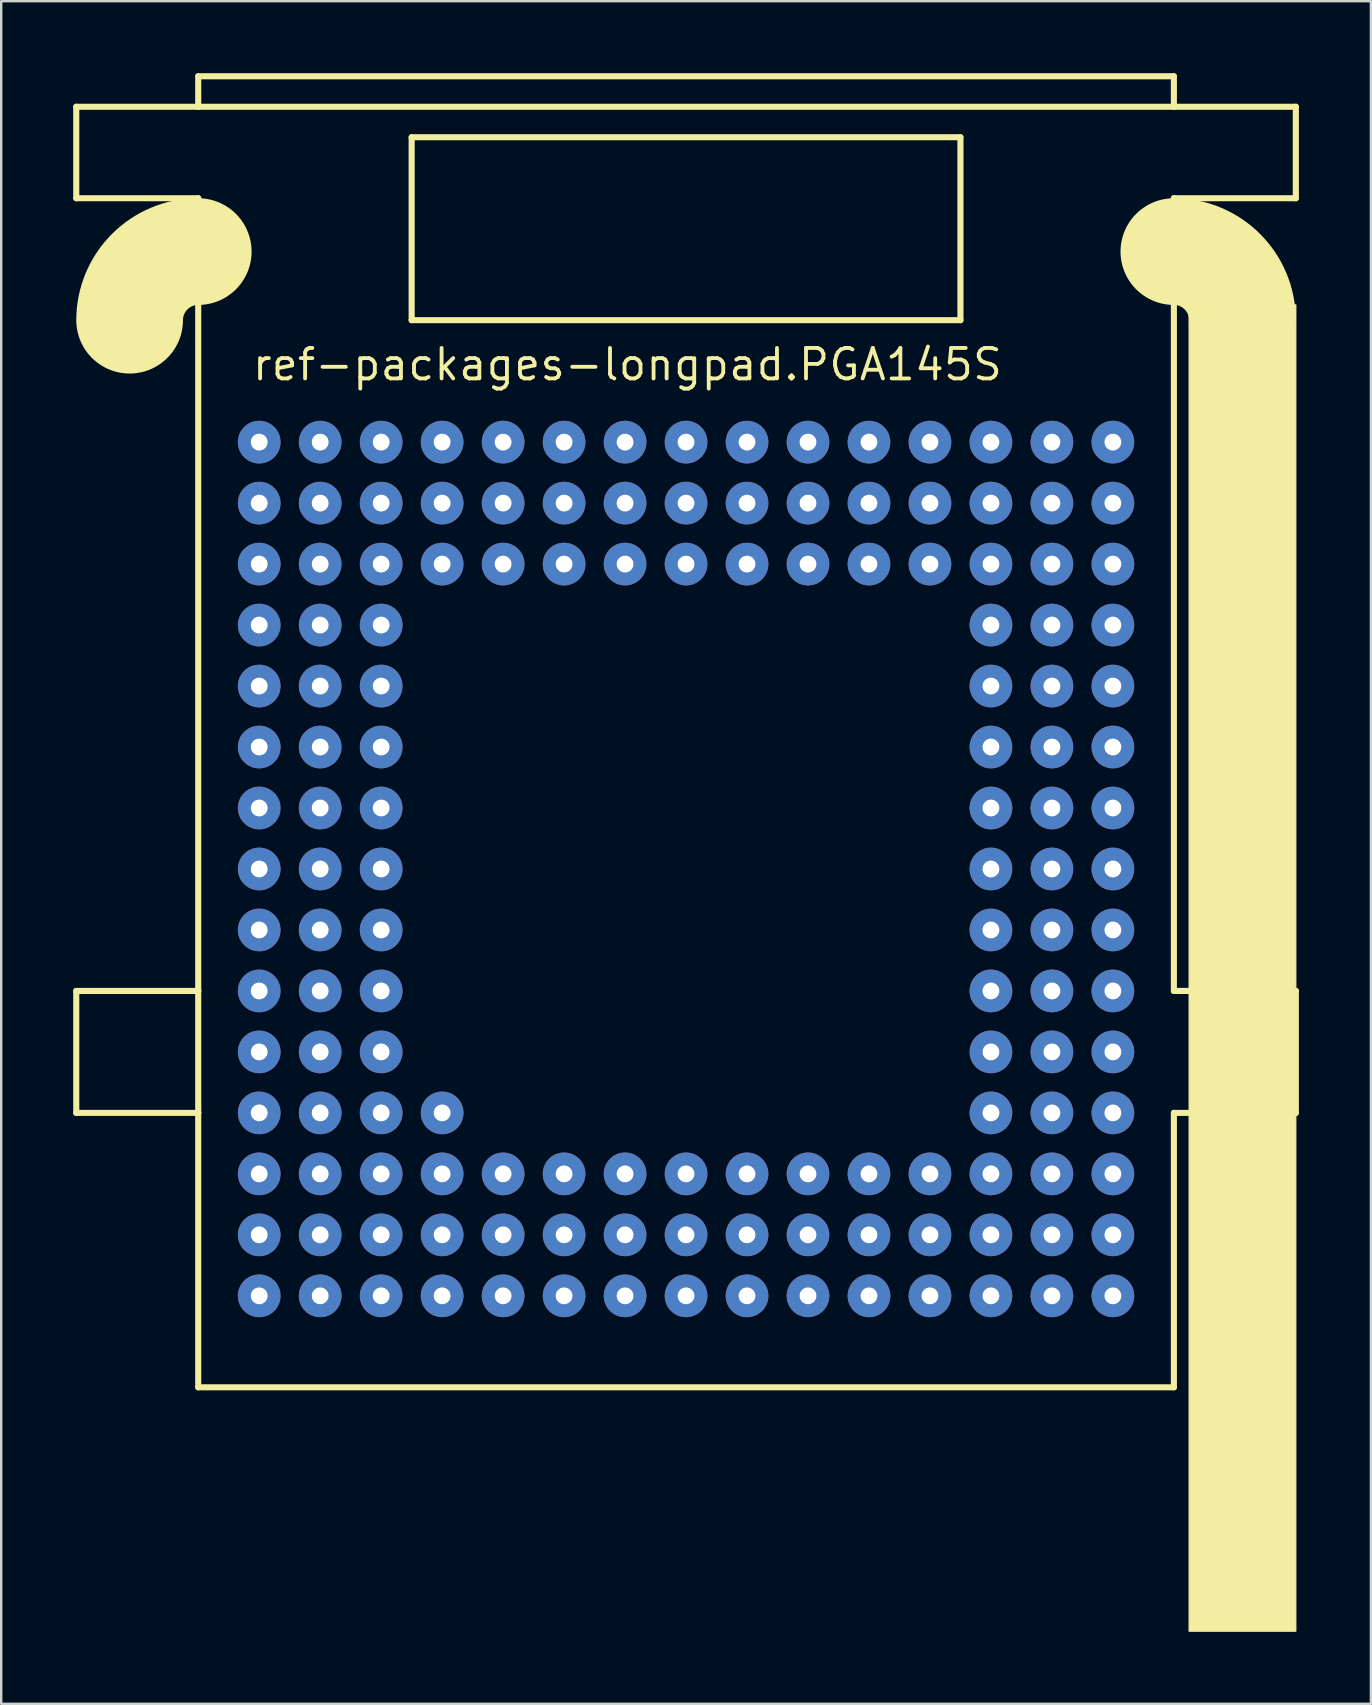
<source format=kicad_pcb>
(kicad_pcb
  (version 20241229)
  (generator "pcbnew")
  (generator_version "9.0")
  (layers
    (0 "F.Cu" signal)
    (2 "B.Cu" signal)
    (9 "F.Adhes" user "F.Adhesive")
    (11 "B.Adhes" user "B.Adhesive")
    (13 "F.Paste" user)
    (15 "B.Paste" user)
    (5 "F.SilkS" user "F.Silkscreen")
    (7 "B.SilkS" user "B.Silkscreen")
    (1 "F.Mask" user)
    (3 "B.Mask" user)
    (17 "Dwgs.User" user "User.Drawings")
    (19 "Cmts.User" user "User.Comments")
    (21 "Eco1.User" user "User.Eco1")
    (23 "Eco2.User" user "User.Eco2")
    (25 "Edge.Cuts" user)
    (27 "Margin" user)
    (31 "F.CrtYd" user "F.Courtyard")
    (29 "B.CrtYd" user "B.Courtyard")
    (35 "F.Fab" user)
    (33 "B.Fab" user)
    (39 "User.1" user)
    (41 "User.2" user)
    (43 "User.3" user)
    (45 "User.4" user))
  (footprint "ref-packages-longpad.PGA145S"
    (layer "F.Cu")
    (at 25.527 33.147)
    (property "Reference" "ref-packages-longpad.PGA145S" (at -18.15 -20.27 0) (layer "F.SilkS") (effects (font (size 1.27 1.27) (thickness 0.16)) (justify left bottom)))
    (attr through_hole)
    (fp_line (start -25.4 -31.75) (end -25.4 -27.94) (stroke (width 0.254) (type default)) (layer "F.SilkS"))
    (fp_line (start -25.4 -27.94) (end -20.32 -27.94) (stroke (width 0.254) (type default)) (layer "F.SilkS"))
    (fp_line (start -25.4 5.08) (end -25.4 10.16) (stroke (width 0.254) (type default)) (layer "F.SilkS"))
    (fp_line (start -25.4 5.08) (end -20.32 5.08) (stroke (width 0.254) (type default)) (layer "F.SilkS"))
    (fp_line (start -20.32 -33.02) (end 20.32 -33.02) (stroke (width 0.254) (type default)) (layer "F.SilkS"))
    (fp_line (start -20.32 -31.75) (end -25.4 -31.75) (stroke (width 0.254) (type default)) (layer "F.SilkS"))
    (fp_line (start -20.32 -31.75) (end -20.32 -33.02) (stroke (width 0.254) (type default)) (layer "F.SilkS"))
    (fp_line (start -20.32 -27.94) (end -20.32 -25.718) (stroke (width 0.254) (type default)) (layer "F.SilkS"))
    (fp_line (start -20.32 -25.718) (end -20.32 5.08) (stroke (width 0.254) (type default)) (layer "F.SilkS"))
    (fp_line (start -20.32 5.08) (end -20.32 10.16) (stroke (width 0.254) (type default)) (layer "F.SilkS"))
    (fp_line (start -20.32 10.16) (end -25.4 10.16) (stroke (width 0.254) (type default)) (layer "F.SilkS"))
    (fp_line (start -20.32 10.16) (end -20.32 21.59) (stroke (width 0.254) (type default)) (layer "F.SilkS"))
    (fp_line (start -20.32 21.59) (end 20.32 21.59) (stroke (width 0.254) (type default)) (layer "F.SilkS"))
    (fp_line (start -11.43 -30.48) (end -11.43 -22.86) (stroke (width 0.254) (type default)) (layer "F.SilkS"))
    (fp_line (start -11.43 -22.86) (end 11.43 -22.86) (stroke (width 0.254) (type default)) (layer "F.SilkS"))
    (fp_line (start 11.43 -30.48) (end -11.43 -30.48) (stroke (width 0.254) (type default)) (layer "F.SilkS"))
    (fp_line (start 11.43 -22.86) (end 11.43 -30.48) (stroke (width 0.254) (type default)) (layer "F.SilkS"))
    (fp_line (start 20.32 -33.02) (end 20.32 -31.75) (stroke (width 0.254) (type default)) (layer "F.SilkS"))
    (fp_line (start 20.32 -31.75) (end -20.32 -31.75) (stroke (width 0.254) (type default)) (layer "F.SilkS"))
    (fp_line (start 20.32 -27.94) (end 25.4 -27.94) (stroke (width 0.254) (type default)) (layer "F.SilkS"))
    (fp_line (start 20.32 -25.718) (end 20.32 -27.94) (stroke (width 0.254) (type default)) (layer "F.SilkS"))
    (fp_line (start 20.32 5.08) (end 20.32 -25.718) (stroke (width 0.254) (type default)) (layer "F.SilkS"))
    (fp_line (start 20.32 10.16) (end 25.4 10.16) (stroke (width 0.254) (type default)) (layer "F.SilkS"))
    (fp_line (start 20.32 21.59) (end 20.32 10.16) (stroke (width 0.254) (type default)) (layer "F.SilkS"))
    (fp_line (start 25.4 -31.75) (end 20.32 -31.75) (stroke (width 0.254) (type default)) (layer "F.SilkS"))
    (fp_line (start 25.4 -31.75) (end 25.4 -27.94) (stroke (width 0.254) (type default)) (layer "F.SilkS"))
    (fp_line (start 25.4 5.08) (end 20.32 5.08) (stroke (width 0.254) (type default)) (layer "F.SilkS"))
    (fp_line (start 25.4 5.08) (end 25.4 10.16) (stroke (width 0.254) (type default)) (layer "F.SilkS"))
    (fp_rect (start 20.955 31.75) (end 25.4 -23.495) (stroke (width 0.05) (type default)) (fill yes) (layer "F.SilkS"))
    (fp_arc (start -23.1775 -22.86) (mid -22.340558 -24.880558) (end -20.32 -25.7175) (stroke (width 4.445) (type default)) (layer "F.SilkS"))
    (fp_arc (start 20.32 -25.7175) (mid 22.340558 -24.880558) (end 23.1775 -22.86) (stroke (width 4.445) (type default)) (layer "F.SilkS"))
    (pad "A1" thru_hole circle (at -17.78 -17.78) (size 1.778 1.778) (drill 0.7) (layers "*.Cu" "*.Mask"))
    (pad "A2" thru_hole circle (at -15.24 -17.78) (size 1.778 1.778) (drill 0.7) (layers "*.Cu" "*.Mask"))
    (pad "A3" thru_hole circle (at -12.7 -17.78) (size 1.778 1.778) (drill 0.7) (layers "*.Cu" "*.Mask"))
    (pad "A4" thru_hole circle (at -10.16 -17.78) (size 1.778 1.778) (drill 0.7) (layers "*.Cu" "*.Mask"))
    (pad "A5" thru_hole circle (at -7.62 -17.78) (size 1.778 1.778) (drill 0.7) (layers "*.Cu" "*.Mask"))
    (pad "A6" thru_hole circle (at -5.08 -17.78) (size 1.778 1.778) (drill 0.7) (layers "*.Cu" "*.Mask"))
    (pad "A7" thru_hole circle (at -2.54 -17.78) (size 1.778 1.778) (drill 0.7) (layers "*.Cu" "*.Mask"))
    (pad "A8" thru_hole circle (at 0 -17.78) (size 1.778 1.778) (drill 0.7) (layers "*.Cu" "*.Mask"))
    (pad "A9" thru_hole circle (at 2.54 -17.78) (size 1.778 1.778) (drill 0.7) (layers "*.Cu" "*.Mask"))
    (pad "A10" thru_hole circle (at 5.08 -17.78) (size 1.778 1.778) (drill 0.7) (layers "*.Cu" "*.Mask"))
    (pad "A11" thru_hole circle (at 7.62 -17.78) (size 1.778 1.778) (drill 0.7) (layers "*.Cu" "*.Mask"))
    (pad "A12" thru_hole circle (at 10.16 -17.78) (size 1.778 1.778) (drill 0.7) (layers "*.Cu" "*.Mask"))
    (pad "A13" thru_hole circle (at 12.7 -17.78) (size 1.778 1.778) (drill 0.7) (layers "*.Cu" "*.Mask"))
    (pad "A14" thru_hole circle (at 15.24 -17.78) (size 1.778 1.778) (drill 0.7) (layers "*.Cu" "*.Mask"))
    (pad "A15" thru_hole circle (at 17.78 -17.78) (size 1.778 1.778) (drill 0.7) (layers "*.Cu" "*.Mask"))
    (pad "B1" thru_hole circle (at -17.78 -15.24) (size 1.778 1.778) (drill 0.7) (layers "*.Cu" "*.Mask"))
    (pad "B2" thru_hole circle (at -15.24 -15.24) (size 1.778 1.778) (drill 0.7) (layers "*.Cu" "*.Mask"))
    (pad "B3" thru_hole circle (at -12.7 -15.24) (size 1.778 1.778) (drill 0.7) (layers "*.Cu" "*.Mask"))
    (pad "B4" thru_hole circle (at -10.16 -15.24) (size 1.778 1.778) (drill 0.7) (layers "*.Cu" "*.Mask"))
    (pad "B5" thru_hole circle (at -7.62 -15.24) (size 1.778 1.778) (drill 0.7) (layers "*.Cu" "*.Mask"))
    (pad "B6" thru_hole circle (at -5.08 -15.24) (size 1.778 1.778) (drill 0.7) (layers "*.Cu" "*.Mask"))
    (pad "B7" thru_hole circle (at -2.54 -15.24) (size 1.778 1.778) (drill 0.7) (layers "*.Cu" "*.Mask"))
    (pad "B8" thru_hole circle (at 0 -15.24) (size 1.778 1.778) (drill 0.7) (layers "*.Cu" "*.Mask"))
    (pad "B9" thru_hole circle (at 2.54 -15.24) (size 1.778 1.778) (drill 0.7) (layers "*.Cu" "*.Mask"))
    (pad "B10" thru_hole circle (at 5.08 -15.24) (size 1.778 1.778) (drill 0.7) (layers "*.Cu" "*.Mask"))
    (pad "B11" thru_hole circle (at 7.62 -15.24) (size 1.778 1.778) (drill 0.7) (layers "*.Cu" "*.Mask"))
    (pad "B12" thru_hole circle (at 10.16 -15.24) (size 1.778 1.778) (drill 0.7) (layers "*.Cu" "*.Mask"))
    (pad "B13" thru_hole circle (at 12.7 -15.24) (size 1.778 1.778) (drill 0.7) (layers "*.Cu" "*.Mask"))
    (pad "B14" thru_hole circle (at 15.24 -15.24) (size 1.778 1.778) (drill 0.7) (layers "*.Cu" "*.Mask"))
    (pad "B15" thru_hole circle (at 17.78 -15.24) (size 1.778 1.778) (drill 0.7) (layers "*.Cu" "*.Mask"))
    (pad "C1" thru_hole circle (at -17.78 -12.7) (size 1.778 1.778) (drill 0.7) (layers "*.Cu" "*.Mask"))
    (pad "C2" thru_hole circle (at -15.24 -12.7) (size 1.778 1.778) (drill 0.7) (layers "*.Cu" "*.Mask"))
    (pad "C3" thru_hole circle (at -12.7 -12.7) (size 1.778 1.778) (drill 0.7) (layers "*.Cu" "*.Mask"))
    (pad "C4" thru_hole circle (at -10.16 -12.7) (size 1.778 1.778) (drill 0.7) (layers "*.Cu" "*.Mask"))
    (pad "C5" thru_hole circle (at -7.62 -12.7) (size 1.778 1.778) (drill 0.7) (layers "*.Cu" "*.Mask"))
    (pad "C6" thru_hole circle (at -5.08 -12.7) (size 1.778 1.778) (drill 0.7) (layers "*.Cu" "*.Mask"))
    (pad "C7" thru_hole circle (at -2.54 -12.7) (size 1.778 1.778) (drill 0.7) (layers "*.Cu" "*.Mask"))
    (pad "C8" thru_hole circle (at 0 -12.7) (size 1.778 1.778) (drill 0.7) (layers "*.Cu" "*.Mask"))
    (pad "C9" thru_hole circle (at 2.54 -12.7) (size 1.778 1.778) (drill 0.7) (layers "*.Cu" "*.Mask"))
    (pad "C10" thru_hole circle (at 5.08 -12.7) (size 1.778 1.778) (drill 0.7) (layers "*.Cu" "*.Mask"))
    (pad "C11" thru_hole circle (at 7.62 -12.7) (size 1.778 1.778) (drill 0.7) (layers "*.Cu" "*.Mask"))
    (pad "C12" thru_hole circle (at 10.16 -12.7) (size 1.778 1.778) (drill 0.7) (layers "*.Cu" "*.Mask"))
    (pad "C13" thru_hole circle (at 12.7 -12.7) (size 1.778 1.778) (drill 0.7) (layers "*.Cu" "*.Mask"))
    (pad "C14" thru_hole circle (at 15.24 -12.7) (size 1.778 1.778) (drill 0.7) (layers "*.Cu" "*.Mask"))
    (pad "C15" thru_hole circle (at 17.78 -12.7) (size 1.778 1.778) (drill 0.7) (layers "*.Cu" "*.Mask"))
    (pad "D1" thru_hole circle (at -17.78 -10.16) (size 1.778 1.778) (drill 0.7) (layers "*.Cu" "*.Mask"))
    (pad "D2" thru_hole circle (at -15.24 -10.16) (size 1.778 1.778) (drill 0.7) (layers "*.Cu" "*.Mask"))
    (pad "D3" thru_hole circle (at -12.7 -10.16) (size 1.778 1.778) (drill 0.7) (layers "*.Cu" "*.Mask"))
    (pad "D13" thru_hole circle (at 12.7 -10.16) (size 1.778 1.778) (drill 0.7) (layers "*.Cu" "*.Mask"))
    (pad "D14" thru_hole circle (at 15.24 -10.16) (size 1.778 1.778) (drill 0.7) (layers "*.Cu" "*.Mask"))
    (pad "D15" thru_hole circle (at 17.78 -10.16) (size 1.778 1.778) (drill 0.7) (layers "*.Cu" "*.Mask"))
    (pad "E1" thru_hole circle (at -17.78 -7.62) (size 1.778 1.778) (drill 0.7) (layers "*.Cu" "*.Mask"))
    (pad "E2" thru_hole circle (at -15.24 -7.62) (size 1.778 1.778) (drill 0.7) (layers "*.Cu" "*.Mask"))
    (pad "E3" thru_hole circle (at -12.7 -7.62) (size 1.778 1.778) (drill 0.7) (layers "*.Cu" "*.Mask"))
    (pad "E13" thru_hole circle (at 12.7 -7.62) (size 1.778 1.778) (drill 0.7) (layers "*.Cu" "*.Mask"))
    (pad "E14" thru_hole circle (at 15.24 -7.62) (size 1.778 1.778) (drill 0.7) (layers "*.Cu" "*.Mask"))
    (pad "E15" thru_hole circle (at 17.78 -7.62) (size 1.778 1.778) (drill 0.7) (layers "*.Cu" "*.Mask"))
    (pad "F1" thru_hole circle (at -17.78 -5.08) (size 1.778 1.778) (drill 0.7) (layers "*.Cu" "*.Mask"))
    (pad "F2" thru_hole circle (at -15.24 -5.08) (size 1.778 1.778) (drill 0.7) (layers "*.Cu" "*.Mask"))
    (pad "F3" thru_hole circle (at -12.7 -5.08) (size 1.778 1.778) (drill 0.7) (layers "*.Cu" "*.Mask"))
    (pad "F13" thru_hole circle (at 12.7 -5.08) (size 1.778 1.778) (drill 0.7) (layers "*.Cu" "*.Mask"))
    (pad "F14" thru_hole circle (at 15.24 -5.08) (size 1.778 1.778) (drill 0.7) (layers "*.Cu" "*.Mask"))
    (pad "F15" thru_hole circle (at 17.78 -5.08) (size 1.778 1.778) (drill 0.7) (layers "*.Cu" "*.Mask"))
    (pad "G1" thru_hole circle (at -17.78 -2.54) (size 1.778 1.778) (drill 0.7) (layers "*.Cu" "*.Mask"))
    (pad "G2" thru_hole circle (at -15.24 -2.54) (size 1.778 1.778) (drill 0.7) (layers "*.Cu" "*.Mask"))
    (pad "G3" thru_hole circle (at -12.7 -2.54) (size 1.778 1.778) (drill 0.7) (layers "*.Cu" "*.Mask"))
    (pad "G13" thru_hole circle (at 12.7 -2.54) (size 1.778 1.778) (drill 0.7) (layers "*.Cu" "*.Mask"))
    (pad "G14" thru_hole circle (at 15.24 -2.54) (size 1.778 1.778) (drill 0.7) (layers "*.Cu" "*.Mask"))
    (pad "G15" thru_hole circle (at 17.78 -2.54) (size 1.778 1.778) (drill 0.7) (layers "*.Cu" "*.Mask"))
    (pad "H1" thru_hole circle (at -17.78 0) (size 1.778 1.778) (drill 0.7) (layers "*.Cu" "*.Mask"))
    (pad "H2" thru_hole circle (at -15.24 0) (size 1.778 1.778) (drill 0.7) (layers "*.Cu" "*.Mask"))
    (pad "H3" thru_hole circle (at -12.7 0) (size 1.778 1.778) (drill 0.7) (layers "*.Cu" "*.Mask"))
    (pad "H13" thru_hole circle (at 12.7 0) (size 1.778 1.778) (drill 0.7) (layers "*.Cu" "*.Mask"))
    (pad "H14" thru_hole circle (at 15.24 0) (size 1.778 1.778) (drill 0.7) (layers "*.Cu" "*.Mask"))
    (pad "H15" thru_hole circle (at 17.78 0) (size 1.778 1.778) (drill 0.7) (layers "*.Cu" "*.Mask"))
    (pad "J1" thru_hole circle (at -17.78 2.54) (size 1.778 1.778) (drill 0.7) (layers "*.Cu" "*.Mask"))
    (pad "J2" thru_hole circle (at -15.24 2.54) (size 1.778 1.778) (drill 0.7) (layers "*.Cu" "*.Mask"))
    (pad "J3" thru_hole circle (at -12.7 2.54) (size 1.778 1.778) (drill 0.7) (layers "*.Cu" "*.Mask"))
    (pad "J13" thru_hole circle (at 12.7 2.54) (size 1.778 1.778) (drill 0.7) (layers "*.Cu" "*.Mask"))
    (pad "J14" thru_hole circle (at 15.24 2.54) (size 1.778 1.778) (drill 0.7) (layers "*.Cu" "*.Mask"))
    (pad "J15" thru_hole circle (at 17.78 2.54) (size 1.778 1.778) (drill 0.7) (layers "*.Cu" "*.Mask"))
    (pad "K1" thru_hole circle (at -17.78 5.08) (size 1.778 1.778) (drill 0.7) (layers "*.Cu" "*.Mask"))
    (pad "K2" thru_hole circle (at -15.24 5.08) (size 1.778 1.778) (drill 0.7) (layers "*.Cu" "*.Mask"))
    (pad "K3" thru_hole circle (at -12.7 5.08) (size 1.778 1.778) (drill 0.7) (layers "*.Cu" "*.Mask"))
    (pad "K13" thru_hole circle (at 12.7 5.08) (size 1.778 1.778) (drill 0.7) (layers "*.Cu" "*.Mask"))
    (pad "K14" thru_hole circle (at 15.24 5.08) (size 1.778 1.778) (drill 0.7) (layers "*.Cu" "*.Mask"))
    (pad "K15" thru_hole circle (at 17.78 5.08) (size 1.778 1.778) (drill 0.7) (layers "*.Cu" "*.Mask"))
    (pad "L1" thru_hole circle (at -17.78 7.62) (size 1.778 1.778) (drill 0.7) (layers "*.Cu" "*.Mask"))
    (pad "L2" thru_hole circle (at -15.24 7.62) (size 1.778 1.778) (drill 0.7) (layers "*.Cu" "*.Mask"))
    (pad "L3" thru_hole circle (at -12.7 7.62) (size 1.778 1.778) (drill 0.7) (layers "*.Cu" "*.Mask"))
    (pad "L13" thru_hole circle (at 12.7 7.62) (size 1.778 1.778) (drill 0.7) (layers "*.Cu" "*.Mask"))
    (pad "L14" thru_hole circle (at 15.24 7.62) (size 1.778 1.778) (drill 0.7) (layers "*.Cu" "*.Mask"))
    (pad "L15" thru_hole circle (at 17.78 7.62) (size 1.778 1.778) (drill 0.7) (layers "*.Cu" "*.Mask"))
    (pad "M1" thru_hole circle (at -17.78 10.16) (size 1.778 1.778) (drill 0.7) (layers "*.Cu" "*.Mask"))
    (pad "M2" thru_hole circle (at -15.24 10.16) (size 1.778 1.778) (drill 0.7) (layers "*.Cu" "*.Mask"))
    (pad "M3" thru_hole circle (at -12.7 10.16) (size 1.778 1.778) (drill 0.7) (layers "*.Cu" "*.Mask"))
    (pad "M4" thru_hole circle (at -10.16 10.16) (size 1.778 1.778) (drill 0.7) (layers "*.Cu" "*.Mask"))
    (pad "M13" thru_hole circle (at 12.7 10.16) (size 1.778 1.778) (drill 0.7) (layers "*.Cu" "*.Mask"))
    (pad "M14" thru_hole circle (at 15.24 10.16) (size 1.778 1.778) (drill 0.7) (layers "*.Cu" "*.Mask"))
    (pad "M15" thru_hole circle (at 17.78 10.16) (size 1.778 1.778) (drill 0.7) (layers "*.Cu" "*.Mask"))
    (pad "N1" thru_hole circle (at -17.78 12.7) (size 1.778 1.778) (drill 0.7) (layers "*.Cu" "*.Mask"))
    (pad "N2" thru_hole circle (at -15.24 12.7) (size 1.778 1.778) (drill 0.7) (layers "*.Cu" "*.Mask"))
    (pad "N3" thru_hole circle (at -12.7 12.7) (size 1.778 1.778) (drill 0.7) (layers "*.Cu" "*.Mask"))
    (pad "N4" thru_hole circle (at -10.16 12.7) (size 1.778 1.778) (drill 0.7) (layers "*.Cu" "*.Mask"))
    (pad "N5" thru_hole circle (at -7.62 12.7) (size 1.778 1.778) (drill 0.7) (layers "*.Cu" "*.Mask"))
    (pad "N6" thru_hole circle (at -5.08 12.7) (size 1.778 1.778) (drill 0.7) (layers "*.Cu" "*.Mask"))
    (pad "N7" thru_hole circle (at -2.54 12.7) (size 1.778 1.778) (drill 0.7) (layers "*.Cu" "*.Mask"))
    (pad "N8" thru_hole circle (at 0 12.7) (size 1.778 1.778) (drill 0.7) (layers "*.Cu" "*.Mask"))
    (pad "N9" thru_hole circle (at 2.54 12.7) (size 1.778 1.778) (drill 0.7) (layers "*.Cu" "*.Mask"))
    (pad "N10" thru_hole circle (at 5.08 12.7) (size 1.778 1.778) (drill 0.7) (layers "*.Cu" "*.Mask"))
    (pad "N11" thru_hole circle (at 7.62 12.7) (size 1.778 1.778) (drill 0.7) (layers "*.Cu" "*.Mask"))
    (pad "N12" thru_hole circle (at 10.16 12.7) (size 1.778 1.778) (drill 0.7) (layers "*.Cu" "*.Mask"))
    (pad "N13" thru_hole circle (at 12.7 12.7) (size 1.778 1.778) (drill 0.7) (layers "*.Cu" "*.Mask"))
    (pad "N14" thru_hole circle (at 15.24 12.7) (size 1.778 1.778) (drill 0.7) (layers "*.Cu" "*.Mask"))
    (pad "N15" thru_hole circle (at 17.78 12.7) (size 1.778 1.778) (drill 0.7) (layers "*.Cu" "*.Mask"))
    (pad "P1" thru_hole circle (at -17.78 15.24) (size 1.778 1.778) (drill 0.7) (layers "*.Cu" "*.Mask"))
    (pad "P2" thru_hole circle (at -15.24 15.24) (size 1.778 1.778) (drill 0.7) (layers "*.Cu" "*.Mask"))
    (pad "P3" thru_hole circle (at -12.7 15.24) (size 1.778 1.778) (drill 0.7) (layers "*.Cu" "*.Mask"))
    (pad "P4" thru_hole circle (at -10.16 15.24) (size 1.778 1.778) (drill 0.7) (layers "*.Cu" "*.Mask"))
    (pad "P5" thru_hole circle (at -7.62 15.24) (size 1.778 1.778) (drill 0.7) (layers "*.Cu" "*.Mask"))
    (pad "P6" thru_hole circle (at -5.08 15.24) (size 1.778 1.778) (drill 0.7) (layers "*.Cu" "*.Mask"))
    (pad "P7" thru_hole circle (at -2.54 15.24) (size 1.778 1.778) (drill 0.7) (layers "*.Cu" "*.Mask"))
    (pad "P8" thru_hole circle (at 0 15.24) (size 1.778 1.778) (drill 0.7) (layers "*.Cu" "*.Mask"))
    (pad "P9" thru_hole circle (at 2.54 15.24) (size 1.778 1.778) (drill 0.7) (layers "*.Cu" "*.Mask"))
    (pad "P10" thru_hole circle (at 5.08 15.24) (size 1.778 1.778) (drill 0.7) (layers "*.Cu" "*.Mask"))
    (pad "P11" thru_hole circle (at 7.62 15.24) (size 1.778 1.778) (drill 0.7) (layers "*.Cu" "*.Mask"))
    (pad "P12" thru_hole circle (at 10.16 15.24) (size 1.778 1.778) (drill 0.7) (layers "*.Cu" "*.Mask"))
    (pad "P13" thru_hole circle (at 12.7 15.24) (size 1.778 1.778) (drill 0.7) (layers "*.Cu" "*.Mask"))
    (pad "P14" thru_hole circle (at 15.24 15.24) (size 1.778 1.778) (drill 0.7) (layers "*.Cu" "*.Mask"))
    (pad "P15" thru_hole circle (at 17.78 15.24) (size 1.778 1.778) (drill 0.7) (layers "*.Cu" "*.Mask"))
    (pad "R1" thru_hole circle (at -17.78 17.78) (size 1.778 1.778) (drill 0.7) (layers "*.Cu" "*.Mask"))
    (pad "R2" thru_hole circle (at -15.24 17.78) (size 1.778 1.778) (drill 0.7) (layers "*.Cu" "*.Mask"))
    (pad "R3" thru_hole circle (at -12.7 17.78) (size 1.778 1.778) (drill 0.7) (layers "*.Cu" "*.Mask"))
    (pad "R4" thru_hole circle (at -10.16 17.78) (size 1.778 1.778) (drill 0.7) (layers "*.Cu" "*.Mask"))
    (pad "R5" thru_hole circle (at -7.62 17.78) (size 1.778 1.778) (drill 0.7) (layers "*.Cu" "*.Mask"))
    (pad "R6" thru_hole circle (at -5.08 17.78) (size 1.778 1.778) (drill 0.7) (layers "*.Cu" "*.Mask"))
    (pad "R7" thru_hole circle (at -2.54 17.78) (size 1.778 1.778) (drill 0.7) (layers "*.Cu" "*.Mask"))
    (pad "R8" thru_hole circle (at 0 17.78) (size 1.778 1.778) (drill 0.7) (layers "*.Cu" "*.Mask"))
    (pad "R9" thru_hole circle (at 2.54 17.78) (size 1.778 1.778) (drill 0.7) (layers "*.Cu" "*.Mask"))
    (pad "R10" thru_hole circle (at 5.08 17.78) (size 1.778 1.778) (drill 0.7) (layers "*.Cu" "*.Mask"))
    (pad "R11" thru_hole circle (at 7.62 17.78) (size 1.778 1.778) (drill 0.7) (layers "*.Cu" "*.Mask"))
    (pad "R12" thru_hole circle (at 10.16 17.78) (size 1.778 1.778) (drill 0.7) (layers "*.Cu" "*.Mask"))
    (pad "R13" thru_hole circle (at 12.7 17.78) (size 1.778 1.778) (drill 0.7) (layers "*.Cu" "*.Mask"))
    (pad "R14" thru_hole circle (at 15.24 17.78) (size 1.778 1.778) (drill 0.7) (layers "*.Cu" "*.Mask"))
    (pad "R15" thru_hole circle (at 17.78 17.78) (size 1.778 1.778) (drill 0.7) (layers "*.Cu" "*.Mask")))
  (gr_rect
    (start -3 -3)
    (end 54.054 67.922)
    (stroke (width 0.1) (type default))
    (fill no)
    (layer "Edge.Cuts")))
</source>
